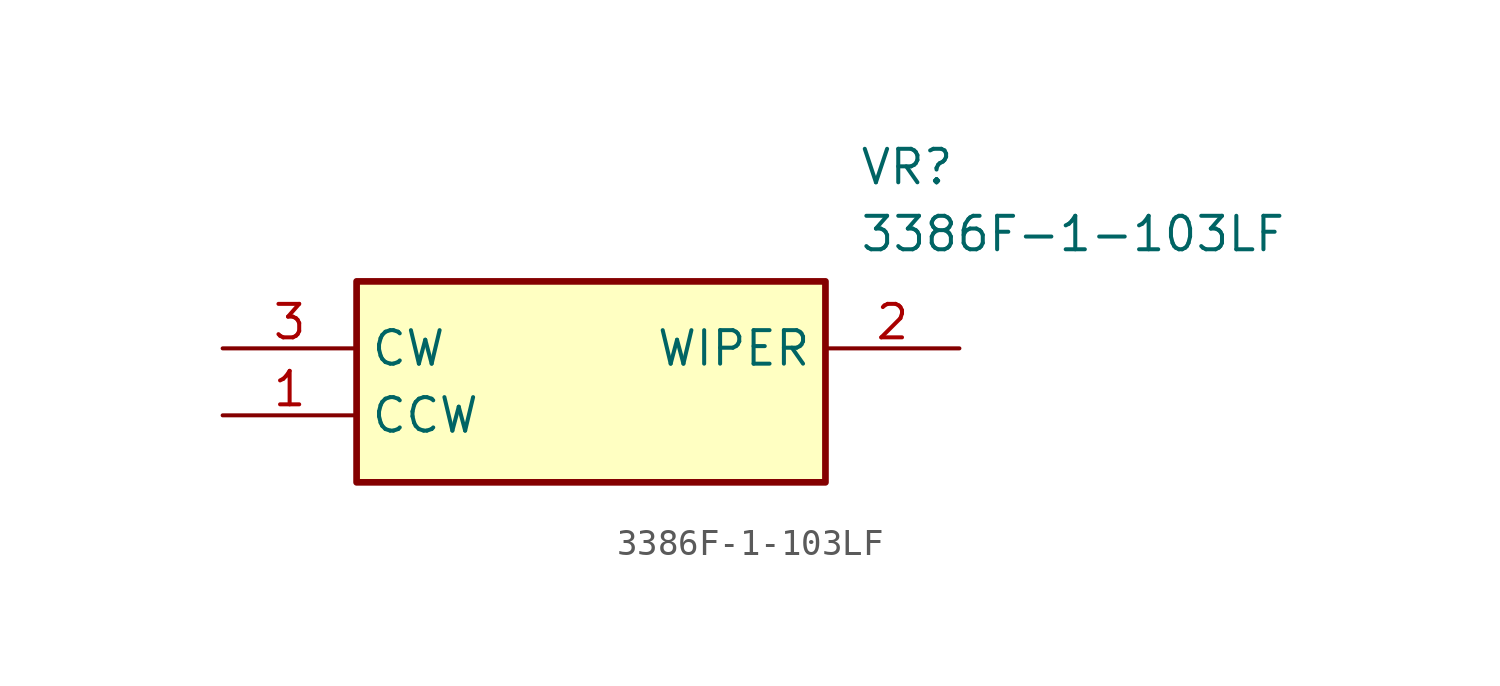
<source format=kicad_sym>
(kicad_symbol_lib
  (version 20211014)
  (generator SamacSys_ECAD_Model)
  (symbol "3386F-1-103LF"
    (property "Reference" "VR"
      (at 24.13 7.62 0)
      (effects (font (size 1.27 1.27)) (justify left top)))
    (property "Value" "3386F-1-103LF"
      (at 24.13 5.08 0)
      (effects (font (size 1.27 1.27)) (justify left top)))
    (rectangle
      (start 5.08 2.54)
      (end 22.86 -5.08)
      (stroke (width 0.254) (type default))
      (fill (type background)))
    (pin passive line
      (at 0 -2.54 0)
      (length 5.08)
      (name "CCW" (effects (font (size 1.27 1.27))))
      (number "1" (effects (font (size 1.27 1.27)))))
    (pin passive line
      (at 27.94 0 180)
      (length 5.08)
      (name "WIPER" (effects (font (size 1.27 1.27))))
      (number "2" (effects (font (size 1.27 1.27)))))
    (pin passive line
      (at 0 0 0)
      (length 5.08)
      (name "CW" (effects (font (size 1.27 1.27))))
      (number "3" (effects (font (size 1.27 1.27)))))))
</source>
